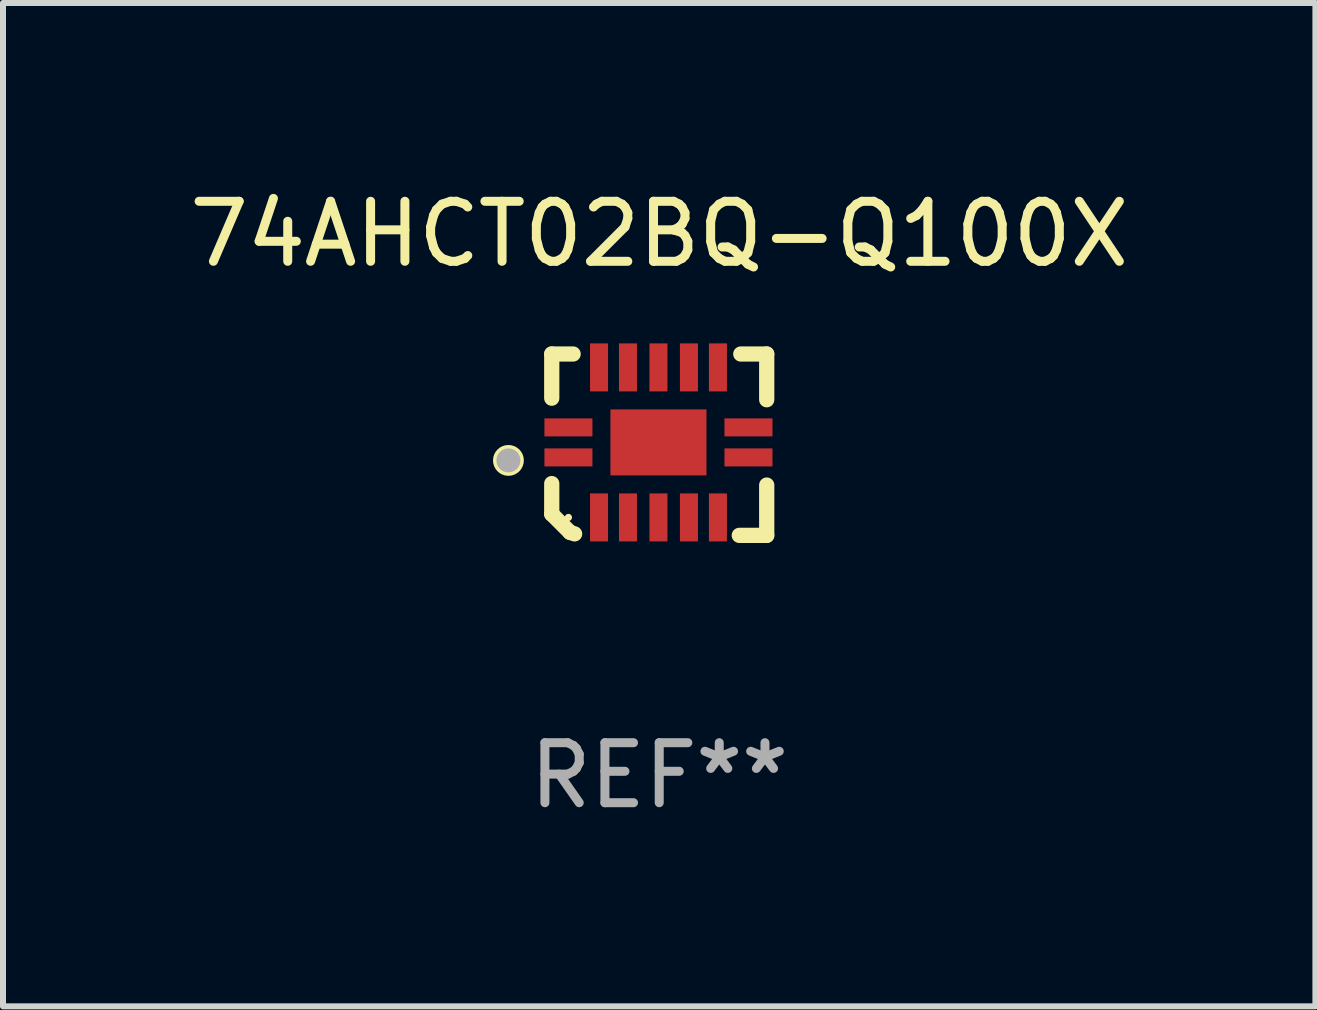
<source format=kicad_pcb>
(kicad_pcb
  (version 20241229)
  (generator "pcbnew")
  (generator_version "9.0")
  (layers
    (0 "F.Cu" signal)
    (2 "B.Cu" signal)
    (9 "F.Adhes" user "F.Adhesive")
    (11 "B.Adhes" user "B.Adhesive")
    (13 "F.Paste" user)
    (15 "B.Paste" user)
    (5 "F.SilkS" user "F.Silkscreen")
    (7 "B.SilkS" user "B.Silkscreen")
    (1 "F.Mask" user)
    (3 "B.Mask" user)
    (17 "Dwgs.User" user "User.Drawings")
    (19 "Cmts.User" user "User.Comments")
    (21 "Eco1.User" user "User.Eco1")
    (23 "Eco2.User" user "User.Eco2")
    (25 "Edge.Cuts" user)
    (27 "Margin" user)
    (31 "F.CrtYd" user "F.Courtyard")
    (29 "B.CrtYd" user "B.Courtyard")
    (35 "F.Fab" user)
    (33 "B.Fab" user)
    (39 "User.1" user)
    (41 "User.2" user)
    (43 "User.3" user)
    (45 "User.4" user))
  (footprint "74AHCT02BQ-Q100X"
    (layer "F.Cu")
    (at 7.935 4.36)
    (property "Reference" "74AHCT02BQ-Q100X" (at 0 -3.511 0) (layer "F.SilkS") (effects (font (size 1 1) (thickness 0.15))))
    (attr through_hole)
    (fp_line (start -1.791 -1.511) (end -1.435 -1.511) (stroke (width 0.254) (type solid)) (layer "F.SilkS"))
    (fp_line (start -1.791 -0.775) (end -1.791 -1.511) (stroke (width 0.254) (type solid)) (layer "F.SilkS"))
    (fp_line (start -1.791 1.156) (end -1.791 0.648) (stroke (width 0.254) (type solid)) (layer "F.SilkS"))
    (fp_line (start -1.486 1.461) (end -1.791 1.156) (stroke (width 0.254) (type solid)) (layer "F.SilkS"))
    (fp_line (start -1.41 1.486) (end -1.486 1.461) (stroke (width 0.254) (type solid)) (layer "F.SilkS"))
    (fp_line (start 1.334 1.511) (end 1.791 1.511) (stroke (width 0.254) (type solid)) (layer "F.SilkS"))
    (fp_line (start 1.791 -1.511) (end 1.359 -1.511) (stroke (width 0.254) (type solid)) (layer "F.SilkS"))
    (fp_line (start 1.791 -0.749) (end 1.791 -1.511) (stroke (width 0.254) (type solid)) (layer "F.SilkS"))
    (fp_line (start 1.791 1.511) (end 1.791 0.673) (stroke (width 0.254) (type solid)) (layer "F.SilkS"))
    (fp_circle (center -2.513 0.262) (end -2.383 0.262) (stroke (width 0.254) (type solid)) (fill no) (layer "F.SilkS"))
    (fp_circle (center -1.513 1.212) (end -1.483 1.212) (stroke (width 0.06) (type solid)) (fill no) (layer "F.SilkS"))
    (fp_circle (center -2.513 0.262) (end -2.413 0.262) (stroke (width 0.2) (type solid)) (fill no) (layer "F.Fab"))
    (fp_text user "REF**" (at 0 5.511 0) (layer "F.Fab") (effects (font (size 1 1) (thickness 0.15))))
    (pad "1" smd rect (at -1.513 0.212) (size 0.8 0.3) (layers "F.Cu" "F.Mask" "F.Paste"))
    (pad "2" smd rect (at -1.003 1.212) (size 0.3 0.8) (layers "F.Cu" "F.Mask" "F.Paste"))
    (pad "3" smd rect (at -0.521 1.212) (size 0.3 0.8) (layers "F.Cu" "F.Mask" "F.Paste"))
    (pad "4" smd rect (at -0.013 1.212) (size 0.3 0.8) (layers "F.Cu" "F.Mask" "F.Paste"))
    (pad "5" smd rect (at 0.495 1.212) (size 0.3 0.8) (layers "F.Cu" "F.Mask" "F.Paste"))
    (pad "6" smd rect (at 0.978 1.212) (size 0.3 0.8) (layers "F.Cu" "F.Mask" "F.Paste"))
    (pad "7" smd rect (at 1.487 0.212) (size 0.8 0.3) (layers "F.Cu" "F.Mask" "F.Paste"))
    (pad "8" smd rect (at 1.487 -0.288) (size 0.8 0.3) (layers "F.Cu" "F.Mask" "F.Paste"))
    (pad "9" smd rect (at 0.978 -1.288) (size 0.3 0.8) (layers "F.Cu" "F.Mask" "F.Paste"))
    (pad "10" smd rect (at 0.495 -1.288) (size 0.3 0.8) (layers "F.Cu" "F.Mask" "F.Paste"))
    (pad "11" smd rect (at -0.013 -1.288) (size 0.3 0.8) (layers "F.Cu" "F.Mask" "F.Paste"))
    (pad "12" smd rect (at -0.521 -1.288) (size 0.3 0.8) (layers "F.Cu" "F.Mask" "F.Paste"))
    (pad "13" smd rect (at -1.003 -1.288) (size 0.3 0.8) (layers "F.Cu" "F.Mask" "F.Paste"))
    (pad "14" smd rect (at -1.513 -0.288) (size 0.8 0.3) (layers "F.Cu" "F.Mask" "F.Paste"))
    (pad "15" smd rect (at -0.013 -0.038 90) (size 1.1 1.6) (layers "F.Cu" "F.Mask" "F.Paste")))
  (gr_rect
    (start -3 -3)
    (end 18.869 13.719)
    (stroke (width 0.1) (type default))
    (fill no)
    (layer "Edge.Cuts")))
</source>
